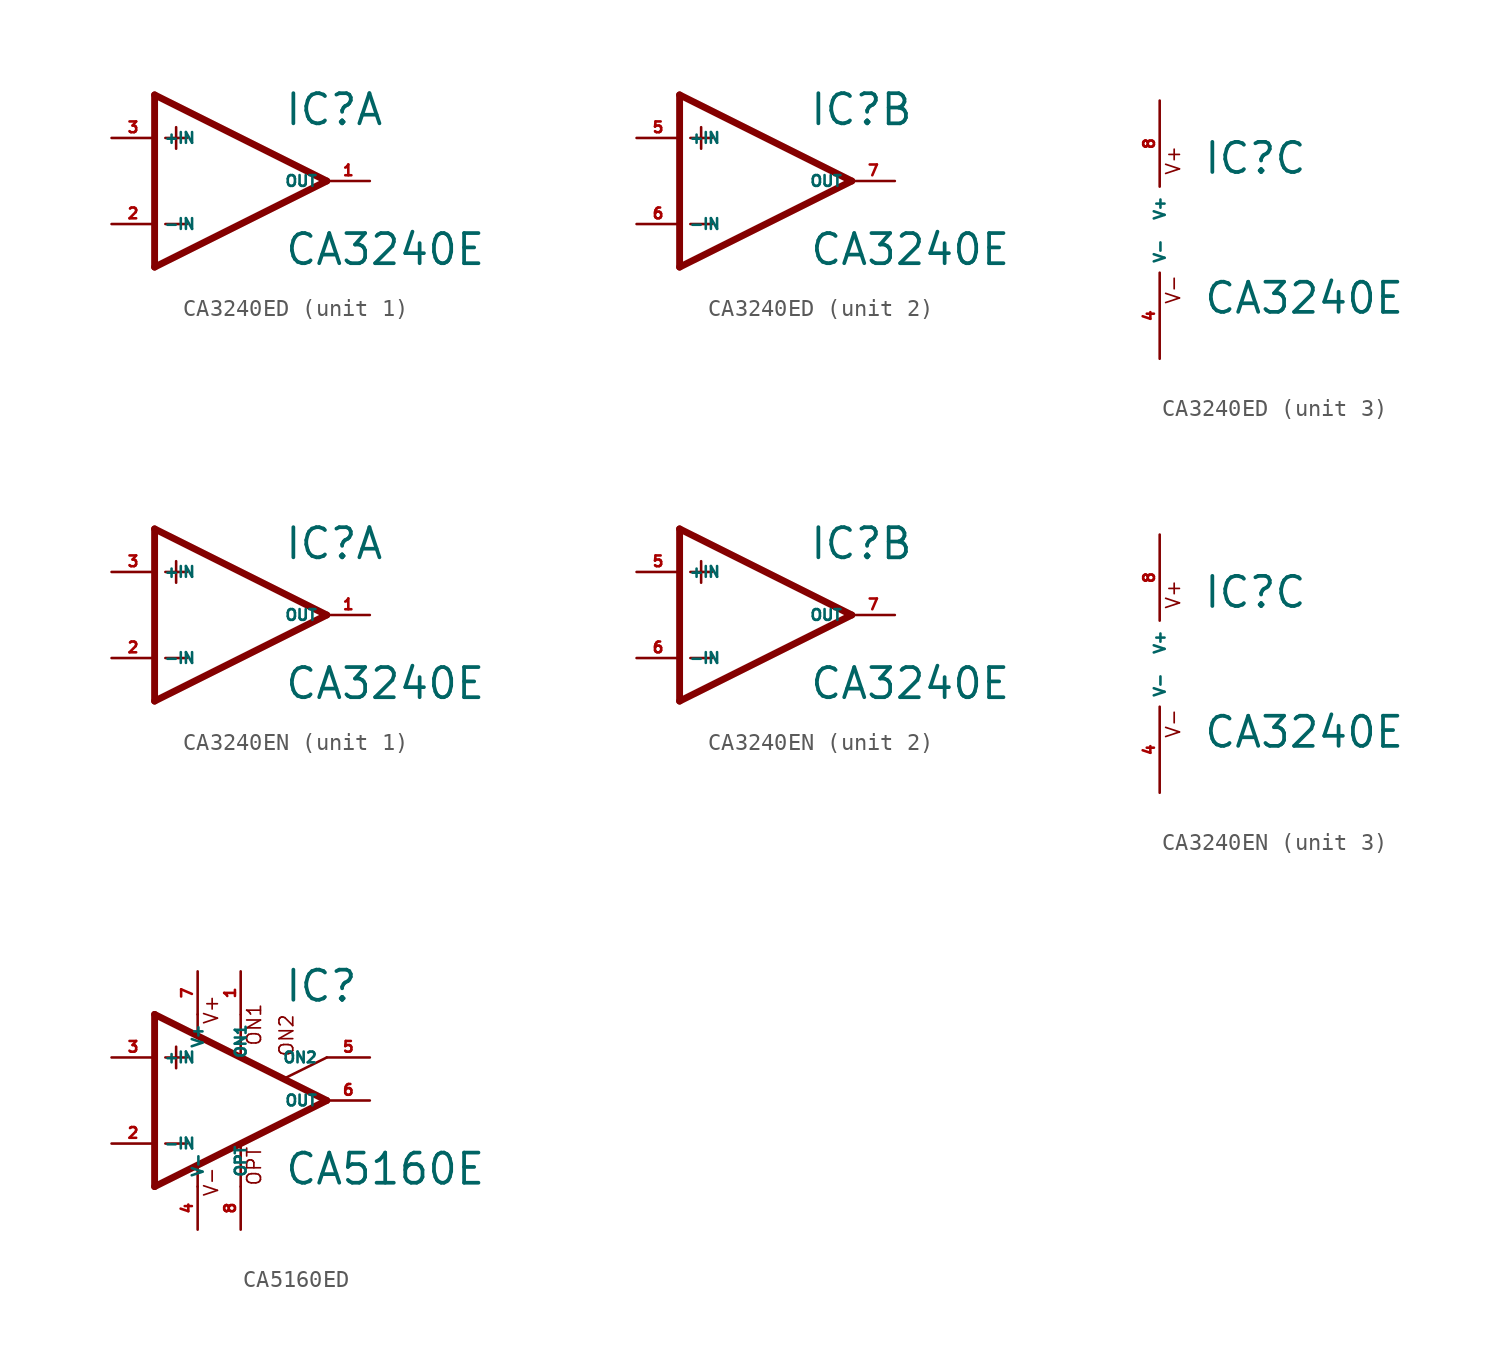
<source format=kicad_sym>
(kicad_symbol_lib
  (version 20220914)
  (generator Eagle2Kicad)
  (symbol "CA3240ED"
    (property "Reference" "IC"
      (at 2.54 3.175 0)
      (effects (font (size 1.778 1.778) (thickness 0.22)) (justify left bottom)))
    (property "Value" "CA3240E"
      (at 2.54 -5.08 0)
      (effects (font (size 1.778 1.778) (thickness 0.22)) (justify left bottom)))
    (symbol "CA3240ED_1_0"
      (polyline (pts (xy -5.08 5.08) (xy -5.08 -5.08)) (stroke (width 0.406) (type default)) (fill (type none)))
      (polyline (pts (xy -5.08 -5.08) (xy 5.08 0)) (stroke (width 0.406) (type default)) (fill (type none)))
      (polyline (pts (xy 5.08 0) (xy -5.08 5.08)) (stroke (width 0.406) (type default)) (fill (type none)))
      (polyline (pts (xy -3.81 3.175) (xy -3.81 1.905)) (stroke (width 0.152) (type default)) (fill (type none)))
      (polyline (pts (xy -4.445 2.54) (xy -3.175 2.54)) (stroke (width 0.152) (type default)) (fill (type none)))
      (polyline (pts (xy -4.445 -2.54) (xy -3.175 -2.54)) (stroke (width 0.152) (type default)) (fill (type none)))
      (pin input line (at -7.62 -2.54 0) (length 2.54) (name "-IN" (effects (font (size 0.635 0.635) (thickness 0.08)) (justify left bottom))) (number "2" (effects (font (size 0.635 0.635) (thickness 0.08)) (justify left bottom))))
      (pin input line (at -7.62 2.54 0) (length 2.54) (name "+IN" (effects (font (size 0.635 0.635) (thickness 0.08)) (justify left bottom))) (number "3" (effects (font (size 0.635 0.635) (thickness 0.08)) (justify left bottom))))
      (pin output line (at 7.62 0 180) (length 2.54) (name "OUT" (effects (font (size 0.635 0.635) (thickness 0.08)) (justify left bottom))) (number "1" (effects (font (size 0.635 0.635) (thickness 0.08)) (justify left bottom)))))
    (symbol "CA3240ED_2_0"
      (polyline (pts (xy -5.08 5.08) (xy -5.08 -5.08)) (stroke (width 0.406) (type default)) (fill (type none)))
      (polyline (pts (xy -5.08 -5.08) (xy 5.08 0)) (stroke (width 0.406) (type default)) (fill (type none)))
      (polyline (pts (xy 5.08 0) (xy -5.08 5.08)) (stroke (width 0.406) (type default)) (fill (type none)))
      (polyline (pts (xy -3.81 3.175) (xy -3.81 1.905)) (stroke (width 0.152) (type default)) (fill (type none)))
      (polyline (pts (xy -4.445 2.54) (xy -3.175 2.54)) (stroke (width 0.152) (type default)) (fill (type none)))
      (polyline (pts (xy -4.445 -2.54) (xy -3.175 -2.54)) (stroke (width 0.152) (type default)) (fill (type none)))
      (pin input line (at -7.62 -2.54 0) (length 2.54) (name "-IN" (effects (font (size 0.635 0.635) (thickness 0.08)) (justify left bottom))) (number "6" (effects (font (size 0.635 0.635) (thickness 0.08)) (justify left bottom))))
      (pin input line (at -7.62 2.54 0) (length 2.54) (name "+IN" (effects (font (size 0.635 0.635) (thickness 0.08)) (justify left bottom))) (number "5" (effects (font (size 0.635 0.635) (thickness 0.08)) (justify left bottom))))
      (pin output line (at 7.62 0 180) (length 2.54) (name "OUT" (effects (font (size 0.635 0.635) (thickness 0.08)) (justify left bottom))) (number "7" (effects (font (size 0.635 0.635) (thickness 0.08)) (justify left bottom)))))
    (symbol "CA3240ED_3_0"
      (text "V+" (at 1.27 3.175 900) (effects (font (size 0.813 0.813) (thickness 0.10)) (justify left bottom)))
      (text "V-" (at 1.27 -4.445 900) (effects (font (size 0.813 0.813) (thickness 0.10)) (justify left bottom)))
      (pin unspecified line (at 0 7.62 270) (length 5.08) (name "V+" (effects (font (size 0.635 0.635) (thickness 0.08)) (justify left bottom))) (number "8" (effects (font (size 0.635 0.635) (thickness 0.08)) (justify left bottom))))
      (pin unspecified line (at 0 -7.62 90) (length 5.08) (name "V-" (effects (font (size 0.635 0.635) (thickness 0.08)) (justify left bottom))) (number "4" (effects (font (size 0.635 0.635) (thickness 0.08)) (justify left bottom))))))
  (symbol "CA3240EN"
    (property "Reference" "IC"
      (at 2.54 3.175 0)
      (effects (font (size 1.778 1.778) (thickness 0.22)) (justify left bottom)))
    (property "Value" "CA3240E"
      (at 2.54 -5.08 0)
      (effects (font (size 1.778 1.778) (thickness 0.22)) (justify left bottom)))
    (symbol "CA3240EN_1_0"
      (polyline (pts (xy -5.08 5.08) (xy -5.08 -5.08)) (stroke (width 0.406) (type default)) (fill (type none)))
      (polyline (pts (xy -5.08 -5.08) (xy 5.08 0)) (stroke (width 0.406) (type default)) (fill (type none)))
      (polyline (pts (xy 5.08 0) (xy -5.08 5.08)) (stroke (width 0.406) (type default)) (fill (type none)))
      (polyline (pts (xy -3.81 3.175) (xy -3.81 1.905)) (stroke (width 0.152) (type default)) (fill (type none)))
      (polyline (pts (xy -4.445 2.54) (xy -3.175 2.54)) (stroke (width 0.152) (type default)) (fill (type none)))
      (polyline (pts (xy -4.445 -2.54) (xy -3.175 -2.54)) (stroke (width 0.152) (type default)) (fill (type none)))
      (pin input line (at -7.62 -2.54 0) (length 2.54) (name "-IN" (effects (font (size 0.635 0.635) (thickness 0.08)) (justify left bottom))) (number "2" (effects (font (size 0.635 0.635) (thickness 0.08)) (justify left bottom))))
      (pin input line (at -7.62 2.54 0) (length 2.54) (name "+IN" (effects (font (size 0.635 0.635) (thickness 0.08)) (justify left bottom))) (number "3" (effects (font (size 0.635 0.635) (thickness 0.08)) (justify left bottom))))
      (pin output line (at 7.62 0 180) (length 2.54) (name "OUT" (effects (font (size 0.635 0.635) (thickness 0.08)) (justify left bottom))) (number "1" (effects (font (size 0.635 0.635) (thickness 0.08)) (justify left bottom)))))
    (symbol "CA3240EN_2_0"
      (polyline (pts (xy -5.08 5.08) (xy -5.08 -5.08)) (stroke (width 0.406) (type default)) (fill (type none)))
      (polyline (pts (xy -5.08 -5.08) (xy 5.08 0)) (stroke (width 0.406) (type default)) (fill (type none)))
      (polyline (pts (xy 5.08 0) (xy -5.08 5.08)) (stroke (width 0.406) (type default)) (fill (type none)))
      (polyline (pts (xy -3.81 3.175) (xy -3.81 1.905)) (stroke (width 0.152) (type default)) (fill (type none)))
      (polyline (pts (xy -4.445 2.54) (xy -3.175 2.54)) (stroke (width 0.152) (type default)) (fill (type none)))
      (polyline (pts (xy -4.445 -2.54) (xy -3.175 -2.54)) (stroke (width 0.152) (type default)) (fill (type none)))
      (pin input line (at -7.62 -2.54 0) (length 2.54) (name "-IN" (effects (font (size 0.635 0.635) (thickness 0.08)) (justify left bottom))) (number "6" (effects (font (size 0.635 0.635) (thickness 0.08)) (justify left bottom))))
      (pin input line (at -7.62 2.54 0) (length 2.54) (name "+IN" (effects (font (size 0.635 0.635) (thickness 0.08)) (justify left bottom))) (number "5" (effects (font (size 0.635 0.635) (thickness 0.08)) (justify left bottom))))
      (pin output line (at 7.62 0 180) (length 2.54) (name "OUT" (effects (font (size 0.635 0.635) (thickness 0.08)) (justify left bottom))) (number "7" (effects (font (size 0.635 0.635) (thickness 0.08)) (justify left bottom)))))
    (symbol "CA3240EN_3_0"
      (text "V+" (at 1.27 3.175 900) (effects (font (size 0.813 0.813) (thickness 0.10)) (justify left bottom)))
      (text "V-" (at 1.27 -4.445 900) (effects (font (size 0.813 0.813) (thickness 0.10)) (justify left bottom)))
      (pin unspecified line (at 0 7.62 270) (length 5.08) (name "V+" (effects (font (size 0.635 0.635) (thickness 0.08)) (justify left bottom))) (number "8" (effects (font (size 0.635 0.635) (thickness 0.08)) (justify left bottom))))
      (pin unspecified line (at 0 -7.62 90) (length 5.08) (name "V-" (effects (font (size 0.635 0.635) (thickness 0.08)) (justify left bottom))) (number "4" (effects (font (size 0.635 0.635) (thickness 0.08)) (justify left bottom))))))
  (symbol "CA5160ED"
    (property "Reference" "IC"
      (at 2.54 5.715 0)
      (effects (font (size 1.778 1.778) (thickness 0.22)) (justify left bottom)))
    (property "Value" "CA5160E"
      (at 2.54 -5.08 0)
      (effects (font (size 1.778 1.778) (thickness 0.22)) (justify left bottom)))
    (polyline
      (pts (xy -3.81 3.175) (xy -3.81 1.905))
      (stroke (width 0.152) (type default))
      (fill (type none)))
    (polyline
      (pts (xy -4.445 2.54) (xy -3.175 2.54))
      (stroke (width 0.152) (type default))
      (fill (type none)))
    (polyline
      (pts (xy -4.445 -2.54) (xy -3.175 -2.54))
      (stroke (width 0.152) (type default))
      (fill (type none)))
    (polyline
      (pts (xy -2.54 5.08) (xy -2.54 3.886))
      (stroke (width 0.152) (type default))
      (fill (type none)))
    (polyline
      (pts (xy 0 5.055) (xy 0 2.616))
      (stroke (width 0.152) (type default))
      (fill (type none)))
    (polyline
      (pts (xy 0 -2.616) (xy 0 -5.08))
      (stroke (width 0.152) (type default))
      (fill (type none)))
    (polyline
      (pts (xy -2.54 -3.912) (xy -2.54 -5.08))
      (stroke (width 0.152) (type default))
      (fill (type none)))
    (polyline
      (pts (xy 5.08 2.54) (xy 2.616 1.321))
      (stroke (width 0.152) (type default))
      (fill (type none)))
    (polyline
      (pts (xy 5.08 0) (xy -5.08 5.08))
      (stroke (width 0.406) (type default))
      (fill (type none)))
    (polyline
      (pts (xy -5.08 5.08) (xy -5.08 -5.08))
      (stroke (width 0.406) (type default))
      (fill (type none)))
    (polyline
      (pts (xy -5.08 -5.08) (xy 5.08 0))
      (stroke (width 0.406) (type default))
      (fill (type none)))
    (text "ON1"
      (at 1.27 3.175 900)
      (effects (font (size 0.813 0.813) (thickness 0.10)) (justify left bottom)))
    (text "ON2"
      (at 3.175 2.54 900)
      (effects (font (size 0.813 0.813) (thickness 0.10)) (justify left bottom)))
    (text "OPT"
      (at 1.27 -5.08 900)
      (effects (font (size 0.813 0.813) (thickness 0.10)) (justify left bottom)))
    (text "V+"
      (at -1.27 4.445 900)
      (effects (font (size 0.813 0.813) (thickness 0.10)) (justify left bottom)))
    (text "V-"
      (at -1.27 -5.715 900)
      (effects (font (size 0.813 0.813) (thickness 0.10)) (justify left bottom)))
    (pin passive line
      (at 7.62 2.54 180)
      (length 2.54)
      (name "ON2" (effects (font (size 0.635 0.635) (thickness 0.08)) (justify left bottom)))
      (number "5" (effects (font (size 0.635 0.635) (thickness 0.08)) (justify left bottom))))
    (pin passive line
      (at 0 7.62 270)
      (length 2.54)
      (name "ON1" (effects (font (size 0.635 0.635) (thickness 0.08)) (justify left bottom)))
      (number "1" (effects (font (size 0.635 0.635) (thickness 0.08)) (justify left bottom))))
    (pin input line
      (at -7.62 -2.54 0)
      (length 2.54)
      (name "-IN" (effects (font (size 0.635 0.635) (thickness 0.08)) (justify left bottom)))
      (number "2" (effects (font (size 0.635 0.635) (thickness 0.08)) (justify left bottom))))
    (pin input line
      (at -7.62 2.54 0)
      (length 2.54)
      (name "+IN" (effects (font (size 0.635 0.635) (thickness 0.08)) (justify left bottom)))
      (number "3" (effects (font (size 0.635 0.635) (thickness 0.08)) (justify left bottom))))
    (pin output line
      (at 7.62 0 180)
      (length 2.54)
      (name "OUT" (effects (font (size 0.635 0.635) (thickness 0.08)) (justify left bottom)))
      (number "6" (effects (font (size 0.635 0.635) (thickness 0.08)) (justify left bottom))))
    (pin passive line
      (at 0 -7.62 90)
      (length 2.54)
      (name "OPT" (effects (font (size 0.635 0.635) (thickness 0.08)) (justify left bottom)))
      (number "8" (effects (font (size 0.635 0.635) (thickness 0.08)) (justify left bottom))))
    (pin unspecified line
      (at -2.54 7.62 270)
      (length 2.54)
      (name "V+" (effects (font (size 0.635 0.635) (thickness 0.08)) (justify left bottom)))
      (number "7" (effects (font (size 0.635 0.635) (thickness 0.08)) (justify left bottom))))
    (pin unspecified line
      (at -2.54 -7.62 90)
      (length 2.54)
      (name "V-" (effects (font (size 0.635 0.635) (thickness 0.08)) (justify left bottom)))
      (number "4" (effects (font (size 0.635 0.635) (thickness 0.08)) (justify left bottom))))))
</source>
